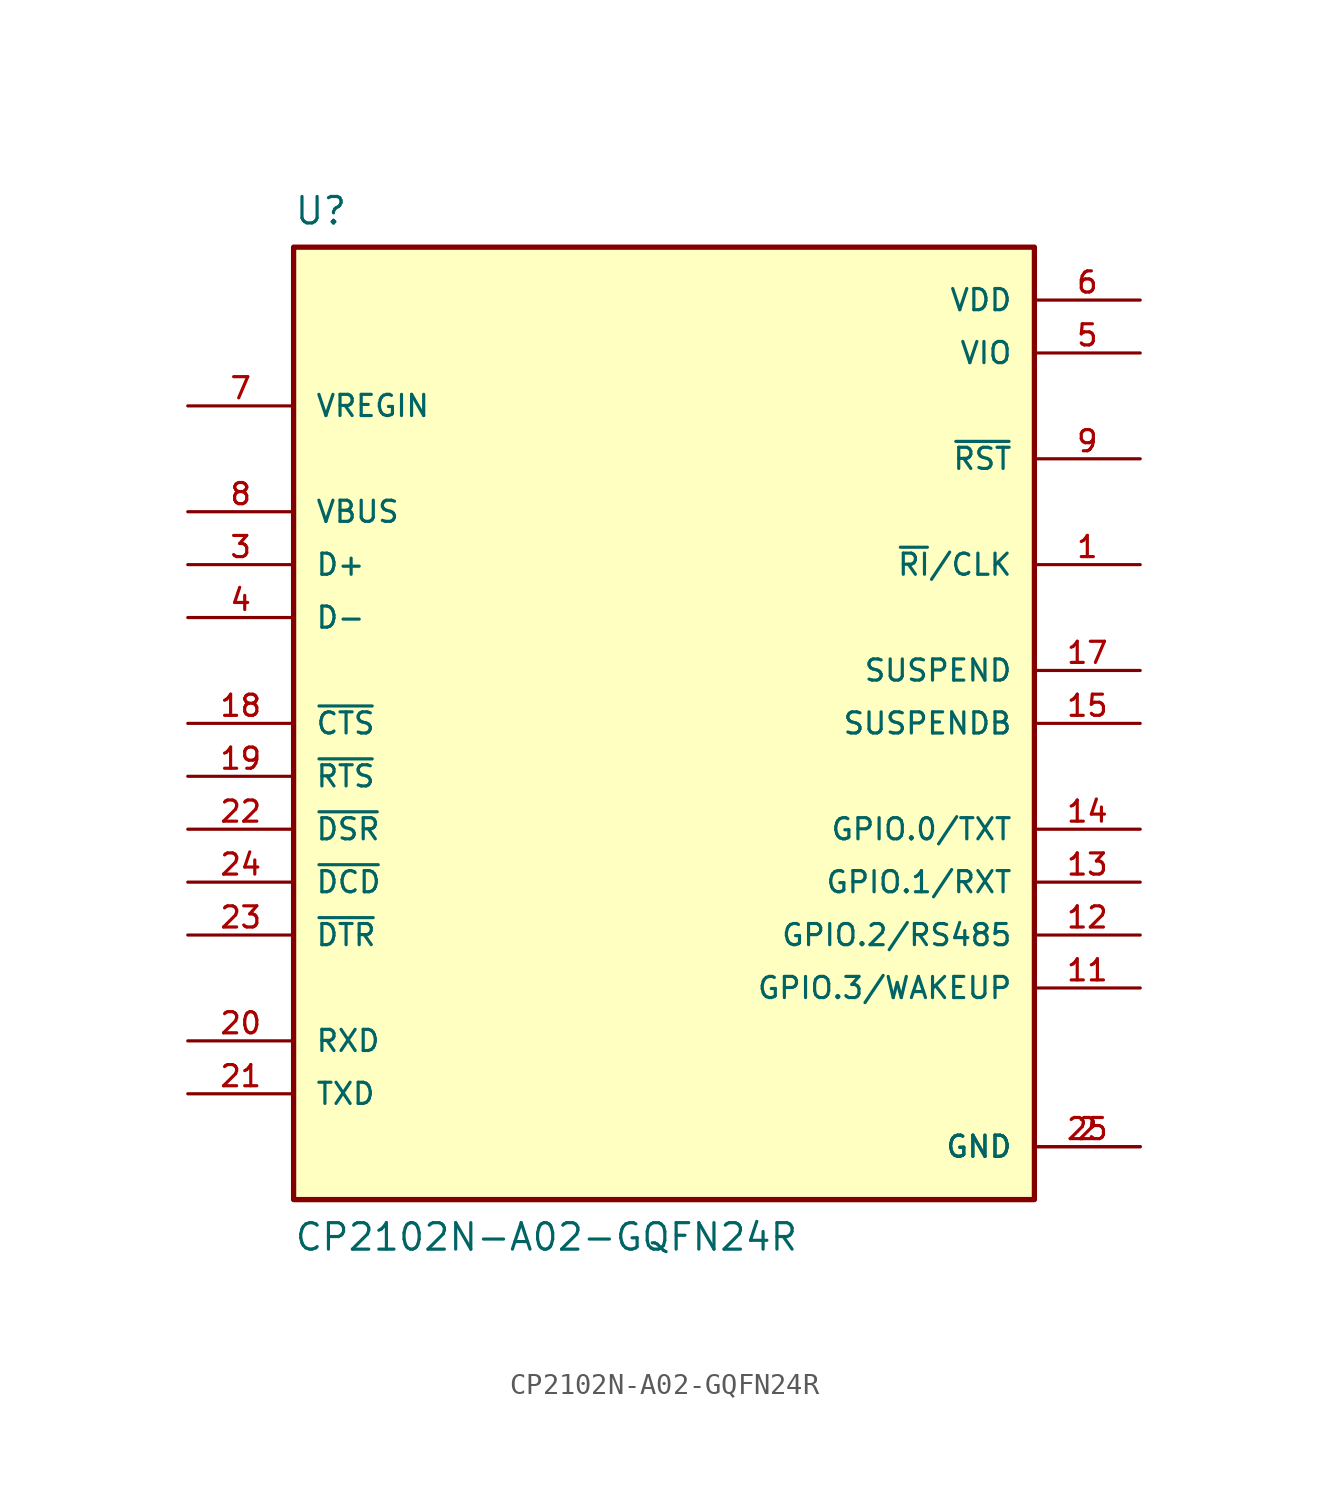
<source format=kicad_sym>
(kicad_symbol_lib
  (version 20211014)
  (generator kicad_symbol_editor)
  (symbol "CP2102N-A02-GQFN24R"
    (pin_names
      (offset 1.016))
    (property "Reference" "U"
      (at -17.78 23.86 0.0)
      (effects (font (size 1.27 1.27)) (justify bottom left)))
    (property "Value" "CP2102N-A02-GQFN24R"
      (at -17.78 -25.4 0.0)
      (effects (font (size 1.27 1.27)) (justify bottom left)))
    (symbol "CP2102N-A02-GQFN24R_0_0"
      (rectangle (start -17.78 -22.86) (end 17.78 22.86) (stroke (width 0.254)) (fill (type background)))
      (pin input line (at -22.86 0.0 0) (length 5.08) (name "~{CTS}" (effects (font (size 1.016 1.016)))) (number "18" (effects (font (size 1.016 1.016)))))
      (pin input line (at -22.86 -7.62 0) (length 5.08) (name "~{DCD}" (effects (font (size 1.016 1.016)))) (number "24" (effects (font (size 1.016 1.016)))))
      (pin input line (at -22.86 -5.08 0) (length 5.08) (name "~{DSR}" (effects (font (size 1.016 1.016)))) (number "22" (effects (font (size 1.016 1.016)))))
      (pin input line (at -22.86 -15.24 0) (length 5.08) (name "RXD" (effects (font (size 1.016 1.016)))) (number "20" (effects (font (size 1.016 1.016)))))
      (pin input line (at -22.86 10.16 0) (length 5.08) (name "VBUS" (effects (font (size 1.016 1.016)))) (number "8" (effects (font (size 1.016 1.016)))))
      (pin input line (at -22.86 15.24 0) (length 5.08) (name "VREGIN" (effects (font (size 1.016 1.016)))) (number "7" (effects (font (size 1.016 1.016)))))
      (pin bidirectional line (at -22.86 7.62 0) (length 5.08) (name "D+" (effects (font (size 1.016 1.016)))) (number "3" (effects (font (size 1.016 1.016)))))
      (pin bidirectional line (at -22.86 5.08 0) (length 5.08) (name "D-" (effects (font (size 1.016 1.016)))) (number "4" (effects (font (size 1.016 1.016)))))
      (pin bidirectional line (at 22.86 -5.08 180.0) (length 5.08) (name "GPIO.0/TXT" (effects (font (size 1.016 1.016)))) (number "14" (effects (font (size 1.016 1.016)))))
      (pin bidirectional line (at 22.86 -7.62 180.0) (length 5.08) (name "GPIO.1/RXT" (effects (font (size 1.016 1.016)))) (number "13" (effects (font (size 1.016 1.016)))))
      (pin bidirectional line (at 22.86 7.62 180.0) (length 5.08) (name "~{RI}/CLK" (effects (font (size 1.016 1.016)))) (number "1" (effects (font (size 1.016 1.016)))))
      (pin bidirectional line (at 22.86 12.7 180.0) (length 5.08) (name "~{RST}" (effects (font (size 1.016 1.016)))) (number "9" (effects (font (size 1.016 1.016)))))
      (pin power_in line (at 22.86 17.78 180.0) (length 5.08) (name "VIO" (effects (font (size 1.016 1.016)))) (number "5" (effects (font (size 1.016 1.016)))))
      (pin power_in line (at 22.86 20.32 180.0) (length 5.08) (name "VDD" (effects (font (size 1.016 1.016)))) (number "6" (effects (font (size 1.016 1.016)))))
      (pin output line (at -22.86 -10.16 0) (length 5.08) (name "~{DTR}" (effects (font (size 1.016 1.016)))) (number "23" (effects (font (size 1.016 1.016)))))
      (pin output line (at -22.86 -2.54 0) (length 5.08) (name "~{RTS}" (effects (font (size 1.016 1.016)))) (number "19" (effects (font (size 1.016 1.016)))))
      (pin output line (at 22.86 2.54 180.0) (length 5.08) (name "SUSPEND" (effects (font (size 1.016 1.016)))) (number "17" (effects (font (size 1.016 1.016)))))
      (pin output line (at 22.86 0.0 180.0) (length 5.08) (name "SUSPENDB" (effects (font (size 1.016 1.016)))) (number "15" (effects (font (size 1.016 1.016)))))
      (pin output line (at -22.86 -17.78 0) (length 5.08) (name "TXD" (effects (font (size 1.016 1.016)))) (number "21" (effects (font (size 1.016 1.016)))))
      (pin bidirectional line (at 22.86 -10.16 180.0) (length 5.08) (name "GPIO.2/RS485" (effects (font (size 1.016 1.016)))) (number "12" (effects (font (size 1.016 1.016)))))
      (pin bidirectional line (at 22.86 -12.7 180.0) (length 5.08) (name "GPIO.3/WAKEUP" (effects (font (size 1.016 1.016)))) (number "11" (effects (font (size 1.016 1.016)))))
      (pin power_in line (at 22.86 -20.32 180.0) (length 5.08) (name "GND" (effects (font (size 1.016 1.016)))) (number "2" (effects (font (size 1.016 1.016)))))
      (pin power_in line (at 22.86 -20.32 180.0) (length 5.08) (name "GND" (effects (font (size 1.016 1.016)))) (number "25" (effects (font (size 1.016 1.016))))))))
</source>
